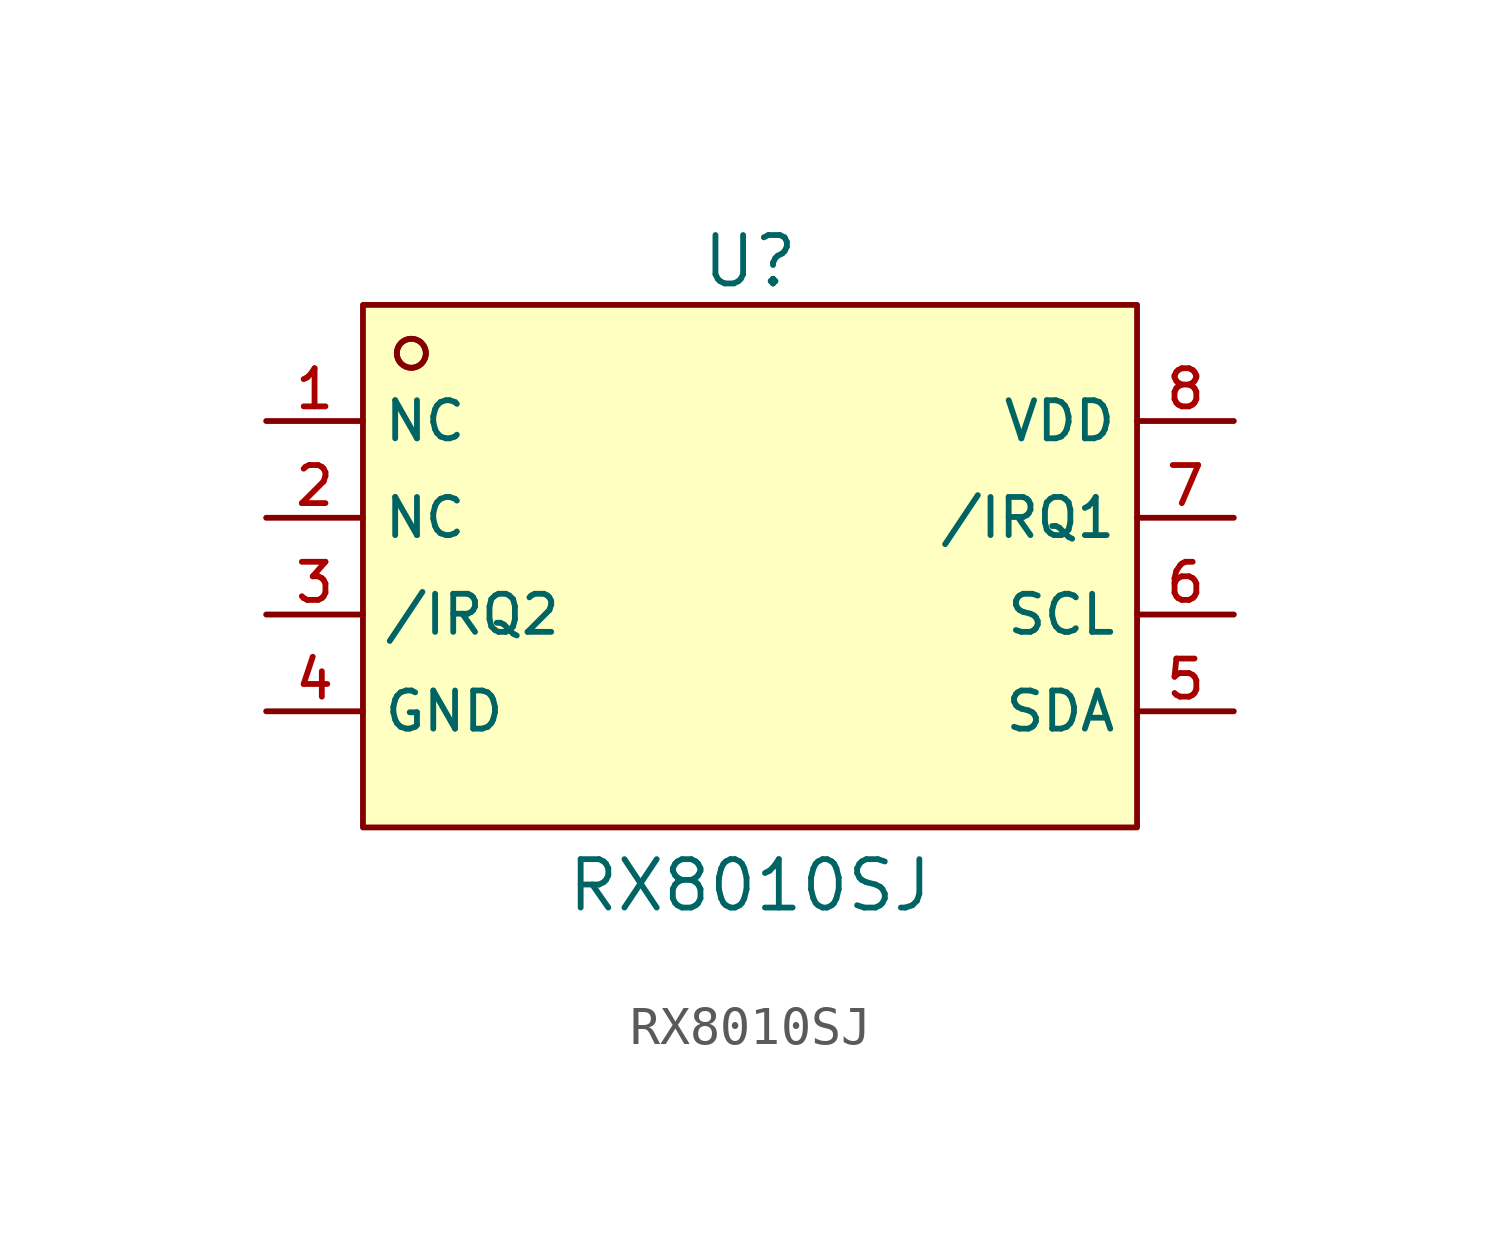
<source format=kicad_sym>
(kicad_symbol_lib
  (version 20220914)
  (generator kicad_symbol_editor)
  (symbol "RX8010SJ"
    (property "Reference" "U"
      (at 0 8.001 0)
      (effects (font (size 1.27 1.27))))
    (property "Value" "RX8010SJ"
      (at 0 -8.382 0)
      (effects (font (size 1.27 1.27))))
    (symbol "RX8010SJ_0_1"
      (rectangle (start -10.16 6.858) (end 10.16 -6.858) (stroke (width 0) (type default)) (fill (type background)))
      (circle (center -8.89 5.588) (radius 0.381) (stroke (width 0) (type default)) (fill (type background)))
      (circle (center -8.89 5.588) (radius 0.381) (stroke (width 0) (type default)) (fill (type background)))
      (pin unspecified line (at -12.7 3.81 0) (length 2.54) (name "NC" (effects (font (size 1 1)))) (number "1" (effects (font (size 1 1)))))
      (pin unspecified line (at -12.7 1.27 0) (length 2.54) (name "NC" (effects (font (size 1 1)))) (number "2" (effects (font (size 1 1)))))
      (pin unspecified line (at -12.7 -1.27 0) (length 2.54) (name "/IRQ2" (effects (font (size 1 1)))) (number "3" (effects (font (size 1 1)))))
      (pin unspecified line (at -12.7 -3.81 0) (length 2.54) (name "GND" (effects (font (size 1 1)))) (number "4" (effects (font (size 1 1)))))
      (pin unspecified line (at 12.7 -3.81 180) (length 2.54) (name "SDA" (effects (font (size 1 1)))) (number "5" (effects (font (size 1 1)))))
      (pin unspecified line (at 12.7 -1.27 180) (length 2.54) (name "SCL" (effects (font (size 1 1)))) (number "6" (effects (font (size 1 1)))))
      (pin unspecified line (at 12.7 1.27 180) (length 2.54) (name "/IRQ1" (effects (font (size 1 1)))) (number "7" (effects (font (size 1 1)))))
      (pin unspecified line (at 12.7 3.81 180) (length 2.54) (name "VDD" (effects (font (size 1 1)))) (number "8" (effects (font (size 1 1))))))))
</source>
